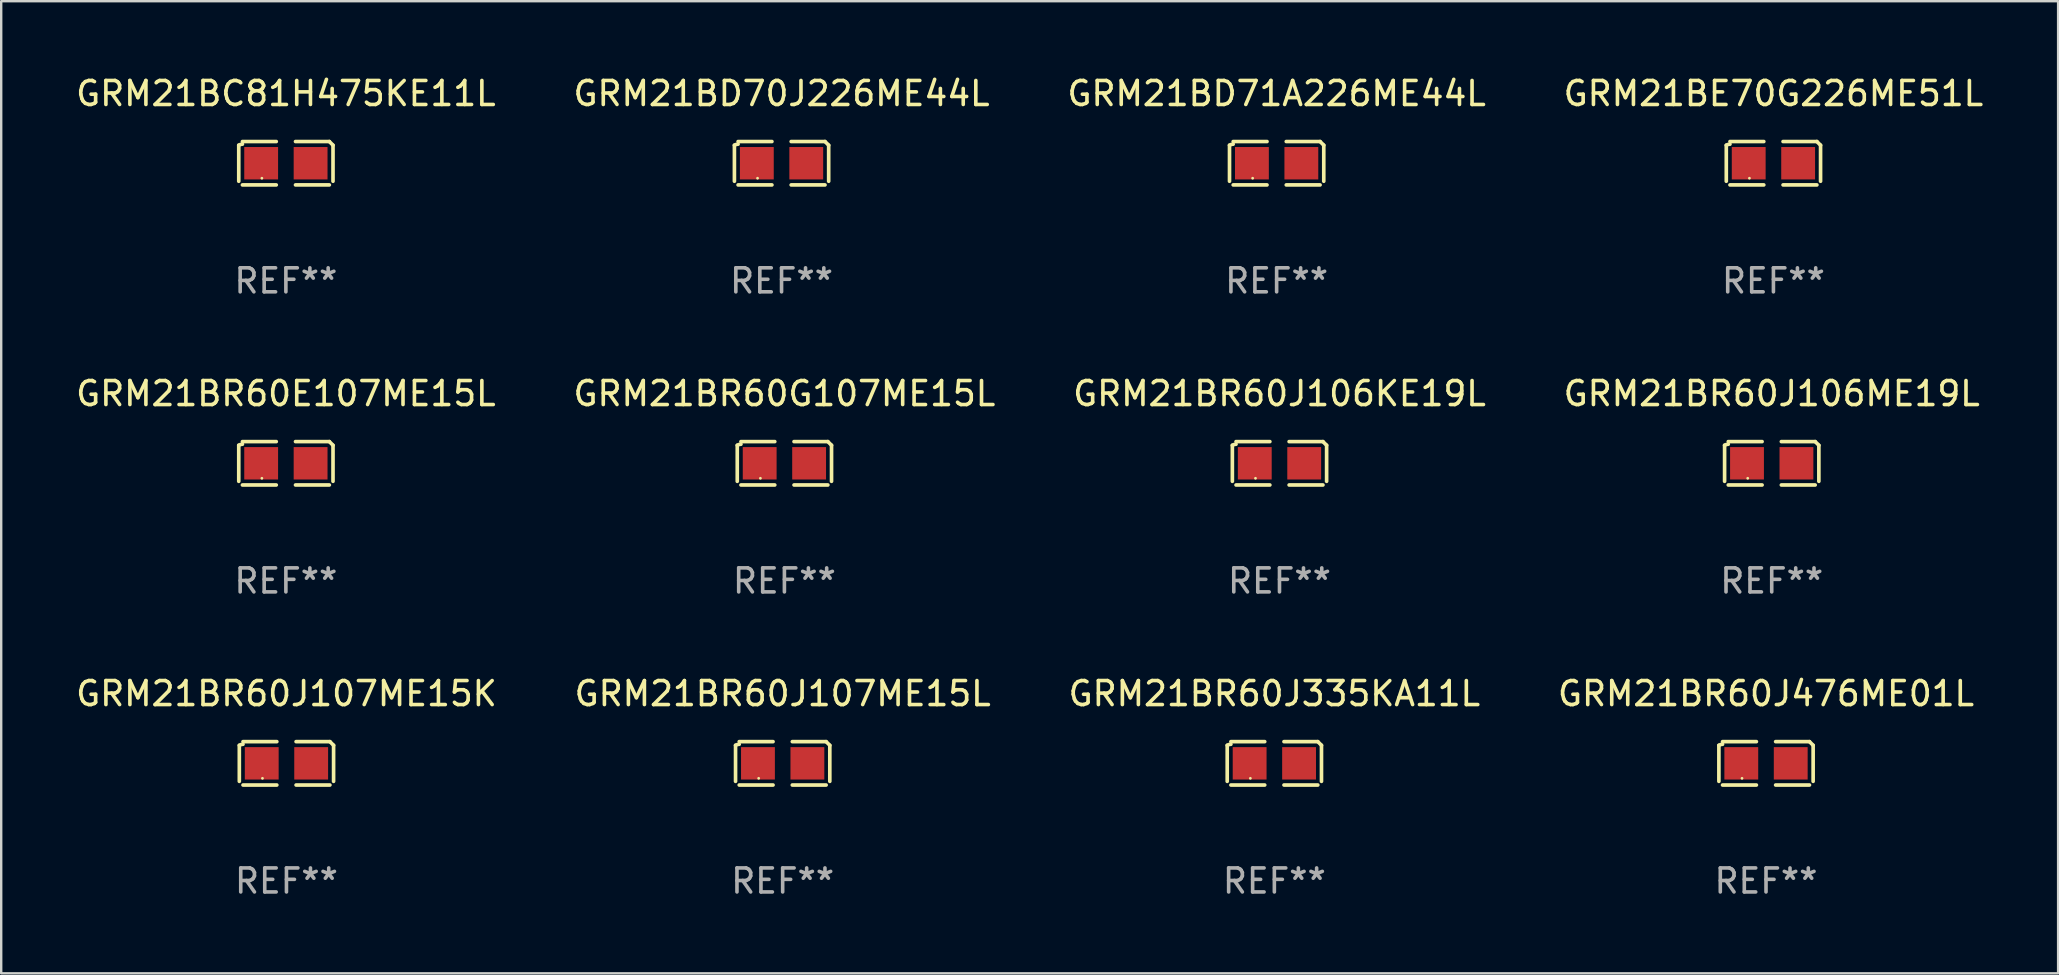
<source format=kicad_pcb>
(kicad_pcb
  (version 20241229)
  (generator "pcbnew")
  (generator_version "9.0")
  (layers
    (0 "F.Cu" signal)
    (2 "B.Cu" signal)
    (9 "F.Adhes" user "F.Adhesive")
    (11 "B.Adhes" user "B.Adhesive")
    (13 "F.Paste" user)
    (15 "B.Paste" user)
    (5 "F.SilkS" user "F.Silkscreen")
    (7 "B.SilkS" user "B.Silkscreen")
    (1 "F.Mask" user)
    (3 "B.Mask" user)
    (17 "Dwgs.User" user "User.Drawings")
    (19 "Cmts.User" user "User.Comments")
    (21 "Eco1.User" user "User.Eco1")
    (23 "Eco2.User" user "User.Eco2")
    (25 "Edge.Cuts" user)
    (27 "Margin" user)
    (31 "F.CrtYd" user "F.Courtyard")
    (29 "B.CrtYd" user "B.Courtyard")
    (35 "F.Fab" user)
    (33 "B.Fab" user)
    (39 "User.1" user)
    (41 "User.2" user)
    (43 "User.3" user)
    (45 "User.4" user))
  (footprint "GRM21BD71A226ME44L"
    (layer "F.Cu")
    (at 50.149 3.752)
    (property "Reference" "GRM21BD71A226ME44L" (at 0 -2.904 0) (layer "F.SilkS") (effects (font (size 1 1) (thickness 0.15))))
    (attr through_hole)
    (fp_line (start -1.964 0.751) (end -1.964 -0.751) (stroke (width 0.152) (type solid)) (layer "F.SilkS"))
    (fp_line (start -1.811 -0.904) (end -0.401 -0.904) (stroke (width 0.152) (type solid)) (layer "F.SilkS"))
    (fp_line (start -0.401 0.904) (end -1.811 0.904) (stroke (width 0.152) (type solid)) (layer "F.SilkS"))
    (fp_line (start 0.401 0.904) (end 1.811 0.904) (stroke (width 0.152) (type solid)) (layer "F.SilkS"))
    (fp_line (start 1.811 -0.904) (end 0.401 -0.904) (stroke (width 0.152) (type solid)) (layer "F.SilkS"))
    (fp_line (start 1.964 0.751) (end 1.964 -0.751) (stroke (width 0.152) (type solid)) (layer "F.SilkS"))
    (fp_arc (start -1.963602 -0.751207) (mid -1.890354 -0.783131) (end -1.811201 -0.794044) (stroke (width 0.1524) (type solid)) (layer "F.SilkS"))
    (fp_arc (start 1.811202 -0.903607) (mid 1.887413 -0.827418) (end 1.963602 -0.751207) (stroke (width 0.1524) (type solid)) (layer "F.SilkS"))
    (fp_circle (center -1 0.625) (end -0.97 0.625) (stroke (width 0.06) (type solid)) (fill no) (layer "F.SilkS"))
    (fp_text user "REF**" (at 0 4.904 0) (layer "F.Fab") (effects (font (size 1 1) (thickness 0.15))))
    (pad "1" smd rect (at -1.03 0) (size 1.41 1.35) (layers "F.Cu" "F.Mask" "F.Paste"))
    (pad "2" smd rect (at 1.03 0) (size 1.41 1.35) (layers "F.Cu" "F.Mask" "F.Paste")))
  (footprint "GRM21BR60J335KA11L"
    (layer "F.Cu")
    (at 50.054 28.759)
    (property "Reference" "GRM21BR60J335KA11L" (at 0 -2.904 0) (layer "F.SilkS") (effects (font (size 1 1) (thickness 0.15))))
    (attr through_hole)
    (fp_line (start -1.964 0.751) (end -1.964 -0.751) (stroke (width 0.152) (type solid)) (layer "F.SilkS"))
    (fp_line (start -1.811 -0.904) (end -0.401 -0.904) (stroke (width 0.152) (type solid)) (layer "F.SilkS"))
    (fp_line (start -0.401 0.904) (end -1.811 0.904) (stroke (width 0.152) (type solid)) (layer "F.SilkS"))
    (fp_line (start 0.401 0.904) (end 1.811 0.904) (stroke (width 0.152) (type solid)) (layer "F.SilkS"))
    (fp_line (start 1.811 -0.904) (end 0.401 -0.904) (stroke (width 0.152) (type solid)) (layer "F.SilkS"))
    (fp_line (start 1.964 0.751) (end 1.964 -0.751) (stroke (width 0.152) (type solid)) (layer "F.SilkS"))
    (fp_arc (start -1.963602 -0.751207) (mid -1.890354 -0.783131) (end -1.811201 -0.794044) (stroke (width 0.1524) (type solid)) (layer "F.SilkS"))
    (fp_arc (start 1.811202 -0.903607) (mid 1.887413 -0.827418) (end 1.963602 -0.751207) (stroke (width 0.1524) (type solid)) (layer "F.SilkS"))
    (fp_circle (center -1 0.625) (end -0.97 0.625) (stroke (width 0.06) (type solid)) (fill no) (layer "F.SilkS"))
    (fp_text user "REF**" (at 0 4.904 0) (layer "F.Fab") (effects (font (size 1 1) (thickness 0.15))))
    (pad "1" smd rect (at -1.03 0) (size 1.41 1.35) (layers "F.Cu" "F.Mask" "F.Paste"))
    (pad "2" smd rect (at 1.03 0) (size 1.41 1.35) (layers "F.Cu" "F.Mask" "F.Paste")))
  (footprint "GRM21BR60E107ME15L"
    (layer "F.Cu")
    (at 8.863 16.256)
    (property "Reference" "GRM21BR60E107ME15L" (at 0 -2.904 0) (layer "F.SilkS") (effects (font (size 1 1) (thickness 0.15))))
    (attr through_hole)
    (fp_line (start -1.964 0.751) (end -1.964 -0.751) (stroke (width 0.152) (type solid)) (layer "F.SilkS"))
    (fp_line (start -1.811 -0.904) (end -0.401 -0.904) (stroke (width 0.152) (type solid)) (layer "F.SilkS"))
    (fp_line (start -0.401 0.904) (end -1.811 0.904) (stroke (width 0.152) (type solid)) (layer "F.SilkS"))
    (fp_line (start 0.401 0.904) (end 1.811 0.904) (stroke (width 0.152) (type solid)) (layer "F.SilkS"))
    (fp_line (start 1.811 -0.904) (end 0.401 -0.904) (stroke (width 0.152) (type solid)) (layer "F.SilkS"))
    (fp_line (start 1.964 0.751) (end 1.964 -0.751) (stroke (width 0.152) (type solid)) (layer "F.SilkS"))
    (fp_arc (start -1.963602 -0.751207) (mid -1.890354 -0.783131) (end -1.811201 -0.794044) (stroke (width 0.1524) (type solid)) (layer "F.SilkS"))
    (fp_arc (start 1.811202 -0.903607) (mid 1.887413 -0.827418) (end 1.963602 -0.751207) (stroke (width 0.1524) (type solid)) (layer "F.SilkS"))
    (fp_circle (center -1 0.625) (end -0.97 0.625) (stroke (width 0.06) (type solid)) (fill no) (layer "F.SilkS"))
    (fp_text user "REF**" (at 0 4.904 0) (layer "F.Fab") (effects (font (size 1 1) (thickness 0.15))))
    (pad "1" smd rect (at -1.03 0) (size 1.41 1.35) (layers "F.Cu" "F.Mask" "F.Paste"))
    (pad "2" smd rect (at 1.03 0) (size 1.41 1.35) (layers "F.Cu" "F.Mask" "F.Paste")))
  (footprint "GRM21BR60J106KE19L"
    (layer "F.Cu")
    (at 50.268 16.256)
    (property "Reference" "GRM21BR60J106KE19L" (at 0 -2.904 0) (layer "F.SilkS") (effects (font (size 1 1) (thickness 0.15))))
    (attr through_hole)
    (fp_line (start -1.964 0.751) (end -1.964 -0.751) (stroke (width 0.152) (type solid)) (layer "F.SilkS"))
    (fp_line (start -1.811 -0.904) (end -0.401 -0.904) (stroke (width 0.152) (type solid)) (layer "F.SilkS"))
    (fp_line (start -0.401 0.904) (end -1.811 0.904) (stroke (width 0.152) (type solid)) (layer "F.SilkS"))
    (fp_line (start 0.401 0.904) (end 1.811 0.904) (stroke (width 0.152) (type solid)) (layer "F.SilkS"))
    (fp_line (start 1.811 -0.904) (end 0.401 -0.904) (stroke (width 0.152) (type solid)) (layer "F.SilkS"))
    (fp_line (start 1.964 0.751) (end 1.964 -0.751) (stroke (width 0.152) (type solid)) (layer "F.SilkS"))
    (fp_arc (start -1.963602 -0.751207) (mid -1.890354 -0.783131) (end -1.811201 -0.794044) (stroke (width 0.1524) (type solid)) (layer "F.SilkS"))
    (fp_arc (start 1.811202 -0.903607) (mid 1.887413 -0.827418) (end 1.963602 -0.751207) (stroke (width 0.1524) (type solid)) (layer "F.SilkS"))
    (fp_circle (center -1 0.625) (end -0.97 0.625) (stroke (width 0.06) (type solid)) (fill no) (layer "F.SilkS"))
    (fp_text user "REF**" (at 0 4.904 0) (layer "F.Fab") (effects (font (size 1 1) (thickness 0.15))))
    (pad "1" smd rect (at -1.03 0) (size 1.41 1.35) (layers "F.Cu" "F.Mask" "F.Paste"))
    (pad "2" smd rect (at 1.03 0) (size 1.41 1.35) (layers "F.Cu" "F.Mask" "F.Paste")))
  (footprint "GRM21BR60G107ME15L"
    (layer "F.Cu")
    (at 29.637 16.256)
    (property "Reference" "GRM21BR60G107ME15L" (at 0 -2.904 0) (layer "F.SilkS") (effects (font (size 1 1) (thickness 0.15))))
    (attr through_hole)
    (fp_line (start -1.964 0.751) (end -1.964 -0.751) (stroke (width 0.152) (type solid)) (layer "F.SilkS"))
    (fp_line (start -1.811 -0.904) (end -0.401 -0.904) (stroke (width 0.152) (type solid)) (layer "F.SilkS"))
    (fp_line (start -0.401 0.904) (end -1.811 0.904) (stroke (width 0.152) (type solid)) (layer "F.SilkS"))
    (fp_line (start 0.401 0.904) (end 1.811 0.904) (stroke (width 0.152) (type solid)) (layer "F.SilkS"))
    (fp_line (start 1.811 -0.904) (end 0.401 -0.904) (stroke (width 0.152) (type solid)) (layer "F.SilkS"))
    (fp_line (start 1.964 0.751) (end 1.964 -0.751) (stroke (width 0.152) (type solid)) (layer "F.SilkS"))
    (fp_arc (start -1.963602 -0.751207) (mid -1.890354 -0.783131) (end -1.811201 -0.794044) (stroke (width 0.1524) (type solid)) (layer "F.SilkS"))
    (fp_arc (start 1.811202 -0.903607) (mid 1.887413 -0.827418) (end 1.963602 -0.751207) (stroke (width 0.1524) (type solid)) (layer "F.SilkS"))
    (fp_circle (center -1 0.625) (end -0.97 0.625) (stroke (width 0.06) (type solid)) (fill no) (layer "F.SilkS"))
    (fp_text user "REF**" (at 0 4.904 0) (layer "F.Fab") (effects (font (size 1 1) (thickness 0.15))))
    (pad "1" smd rect (at -1.03 0) (size 1.41 1.35) (layers "F.Cu" "F.Mask" "F.Paste"))
    (pad "2" smd rect (at 1.03 0) (size 1.41 1.35) (layers "F.Cu" "F.Mask" "F.Paste")))
  (footprint "GRM21BR60J107ME15L"
    (layer "F.Cu")
    (at 29.565 28.759)
    (property "Reference" "GRM21BR60J107ME15L" (at 0 -2.904 0) (layer "F.SilkS") (effects (font (size 1 1) (thickness 0.15))))
    (attr through_hole)
    (fp_line (start -1.964 0.751) (end -1.964 -0.751) (stroke (width 0.152) (type solid)) (layer "F.SilkS"))
    (fp_line (start -1.811 -0.904) (end -0.401 -0.904) (stroke (width 0.152) (type solid)) (layer "F.SilkS"))
    (fp_line (start -0.401 0.904) (end -1.811 0.904) (stroke (width 0.152) (type solid)) (layer "F.SilkS"))
    (fp_line (start 0.401 0.904) (end 1.811 0.904) (stroke (width 0.152) (type solid)) (layer "F.SilkS"))
    (fp_line (start 1.811 -0.904) (end 0.401 -0.904) (stroke (width 0.152) (type solid)) (layer "F.SilkS"))
    (fp_line (start 1.964 0.751) (end 1.964 -0.751) (stroke (width 0.152) (type solid)) (layer "F.SilkS"))
    (fp_arc (start -1.963602 -0.751207) (mid -1.890354 -0.783131) (end -1.811201 -0.794044) (stroke (width 0.1524) (type solid)) (layer "F.SilkS"))
    (fp_arc (start 1.811202 -0.903607) (mid 1.887413 -0.827418) (end 1.963602 -0.751207) (stroke (width 0.1524) (type solid)) (layer "F.SilkS"))
    (fp_circle (center -1 0.625) (end -0.97 0.625) (stroke (width 0.06) (type solid)) (fill no) (layer "F.SilkS"))
    (fp_text user "REF**" (at 0 4.904 0) (layer "F.Fab") (effects (font (size 1 1) (thickness 0.15))))
    (pad "1" smd rect (at -1.03 0) (size 1.41 1.35) (layers "F.Cu" "F.Mask" "F.Paste"))
    (pad "2" smd rect (at 1.03 0) (size 1.41 1.35) (layers "F.Cu" "F.Mask" "F.Paste")))
  (footprint "GRM21BC81H475KE11L"
    (layer "F.Cu")
    (at 8.863 3.752)
    (property "Reference" "GRM21BC81H475KE11L" (at 0 -2.904 0) (layer "F.SilkS") (effects (font (size 1 1) (thickness 0.15))))
    (attr through_hole)
    (fp_line (start -1.964 0.751) (end -1.964 -0.751) (stroke (width 0.152) (type solid)) (layer "F.SilkS"))
    (fp_line (start -1.811 -0.904) (end -0.401 -0.904) (stroke (width 0.152) (type solid)) (layer "F.SilkS"))
    (fp_line (start -0.401 0.904) (end -1.811 0.904) (stroke (width 0.152) (type solid)) (layer "F.SilkS"))
    (fp_line (start 0.401 0.904) (end 1.811 0.904) (stroke (width 0.152) (type solid)) (layer "F.SilkS"))
    (fp_line (start 1.811 -0.904) (end 0.401 -0.904) (stroke (width 0.152) (type solid)) (layer "F.SilkS"))
    (fp_line (start 1.964 0.751) (end 1.964 -0.751) (stroke (width 0.152) (type solid)) (layer "F.SilkS"))
    (fp_arc (start -1.963602 -0.751207) (mid -1.890354 -0.783131) (end -1.811201 -0.794044) (stroke (width 0.1524) (type solid)) (layer "F.SilkS"))
    (fp_arc (start 1.811202 -0.903607) (mid 1.887413 -0.827418) (end 1.963602 -0.751207) (stroke (width 0.1524) (type solid)) (layer "F.SilkS"))
    (fp_circle (center -1 0.625) (end -0.97 0.625) (stroke (width 0.06) (type solid)) (fill no) (layer "F.SilkS"))
    (fp_text user "REF**" (at 0 4.904 0) (layer "F.Fab") (effects (font (size 1 1) (thickness 0.15))))
    (pad "1" smd rect (at -1.03 0) (size 1.41 1.35) (layers "F.Cu" "F.Mask" "F.Paste"))
    (pad "2" smd rect (at 1.03 0) (size 1.41 1.35) (layers "F.Cu" "F.Mask" "F.Paste")))
  (footprint "GRM21BD70J226ME44L"
    (layer "F.Cu")
    (at 29.518 3.752)
    (property "Reference" "GRM21BD70J226ME44L" (at 0 -2.904 0) (layer "F.SilkS") (effects (font (size 1 1) (thickness 0.15))))
    (attr through_hole)
    (fp_line (start -1.964 0.751) (end -1.964 -0.751) (stroke (width 0.152) (type solid)) (layer "F.SilkS"))
    (fp_line (start -1.811 -0.904) (end -0.401 -0.904) (stroke (width 0.152) (type solid)) (layer "F.SilkS"))
    (fp_line (start -0.401 0.904) (end -1.811 0.904) (stroke (width 0.152) (type solid)) (layer "F.SilkS"))
    (fp_line (start 0.401 0.904) (end 1.811 0.904) (stroke (width 0.152) (type solid)) (layer "F.SilkS"))
    (fp_line (start 1.811 -0.904) (end 0.401 -0.904) (stroke (width 0.152) (type solid)) (layer "F.SilkS"))
    (fp_line (start 1.964 0.751) (end 1.964 -0.751) (stroke (width 0.152) (type solid)) (layer "F.SilkS"))
    (fp_arc (start -1.963602 -0.751207) (mid -1.890354 -0.783131) (end -1.811201 -0.794044) (stroke (width 0.1524) (type solid)) (layer "F.SilkS"))
    (fp_arc (start 1.811202 -0.903607) (mid 1.887413 -0.827418) (end 1.963602 -0.751207) (stroke (width 0.1524) (type solid)) (layer "F.SilkS"))
    (fp_circle (center -1 0.625) (end -0.97 0.625) (stroke (width 0.06) (type solid)) (fill no) (layer "F.SilkS"))
    (fp_text user "REF**" (at 0 4.904 0) (layer "F.Fab") (effects (font (size 1 1) (thickness 0.15))))
    (pad "1" smd rect (at -1.03 0) (size 1.41 1.35) (layers "F.Cu" "F.Mask" "F.Paste"))
    (pad "2" smd rect (at 1.03 0) (size 1.41 1.35) (layers "F.Cu" "F.Mask" "F.Paste")))
  (footprint "GRM21BE70G226ME51L"
    (layer "F.Cu")
    (at 70.851 3.752)
    (property "Reference" "GRM21BE70G226ME51L" (at 0 -2.904 0) (layer "F.SilkS") (effects (font (size 1 1) (thickness 0.15))))
    (attr through_hole)
    (fp_line (start -1.964 0.751) (end -1.964 -0.751) (stroke (width 0.152) (type solid)) (layer "F.SilkS"))
    (fp_line (start -1.811 -0.904) (end -0.401 -0.904) (stroke (width 0.152) (type solid)) (layer "F.SilkS"))
    (fp_line (start -0.401 0.904) (end -1.811 0.904) (stroke (width 0.152) (type solid)) (layer "F.SilkS"))
    (fp_line (start 0.401 0.904) (end 1.811 0.904) (stroke (width 0.152) (type solid)) (layer "F.SilkS"))
    (fp_line (start 1.811 -0.904) (end 0.401 -0.904) (stroke (width 0.152) (type solid)) (layer "F.SilkS"))
    (fp_line (start 1.964 0.751) (end 1.964 -0.751) (stroke (width 0.152) (type solid)) (layer "F.SilkS"))
    (fp_arc (start -1.963602 -0.751207) (mid -1.890354 -0.783131) (end -1.811201 -0.794044) (stroke (width 0.1524) (type solid)) (layer "F.SilkS"))
    (fp_arc (start 1.811202 -0.903607) (mid 1.887413 -0.827418) (end 1.963602 -0.751207) (stroke (width 0.1524) (type solid)) (layer "F.SilkS"))
    (fp_circle (center -1 0.625) (end -0.97 0.625) (stroke (width 0.06) (type solid)) (fill no) (layer "F.SilkS"))
    (fp_text user "REF**" (at 0 4.904 0) (layer "F.Fab") (effects (font (size 1 1) (thickness 0.15))))
    (pad "1" smd rect (at -1.03 0) (size 1.41 1.35) (layers "F.Cu" "F.Mask" "F.Paste"))
    (pad "2" smd rect (at 1.03 0) (size 1.41 1.35) (layers "F.Cu" "F.Mask" "F.Paste")))
  (footprint "GRM21BR60J106ME19L"
    (layer "F.Cu")
    (at 70.78 16.256)
    (property "Reference" "GRM21BR60J106ME19L" (at 0 -2.904 0) (layer "F.SilkS") (effects (font (size 1 1) (thickness 0.15))))
    (attr through_hole)
    (fp_line (start -1.964 0.751) (end -1.964 -0.751) (stroke (width 0.152) (type solid)) (layer "F.SilkS"))
    (fp_line (start -1.811 -0.904) (end -0.401 -0.904) (stroke (width 0.152) (type solid)) (layer "F.SilkS"))
    (fp_line (start -0.401 0.904) (end -1.811 0.904) (stroke (width 0.152) (type solid)) (layer "F.SilkS"))
    (fp_line (start 0.401 0.904) (end 1.811 0.904) (stroke (width 0.152) (type solid)) (layer "F.SilkS"))
    (fp_line (start 1.811 -0.904) (end 0.401 -0.904) (stroke (width 0.152) (type solid)) (layer "F.SilkS"))
    (fp_line (start 1.964 0.751) (end 1.964 -0.751) (stroke (width 0.152) (type solid)) (layer "F.SilkS"))
    (fp_arc (start -1.963602 -0.751207) (mid -1.890354 -0.783131) (end -1.811201 -0.794044) (stroke (width 0.1524) (type solid)) (layer "F.SilkS"))
    (fp_arc (start 1.811202 -0.903607) (mid 1.887413 -0.827418) (end 1.963602 -0.751207) (stroke (width 0.1524) (type solid)) (layer "F.SilkS"))
    (fp_circle (center -1 0.625) (end -0.97 0.625) (stroke (width 0.06) (type solid)) (fill no) (layer "F.SilkS"))
    (fp_text user "REF**" (at 0 4.904 0) (layer "F.Fab") (effects (font (size 1 1) (thickness 0.15))))
    (pad "1" smd rect (at -1.03 0) (size 1.41 1.35) (layers "F.Cu" "F.Mask" "F.Paste"))
    (pad "2" smd rect (at 1.03 0) (size 1.41 1.35) (layers "F.Cu" "F.Mask" "F.Paste")))
  (footprint "GRM21BR60J107ME15K"
    (layer "F.Cu")
    (at 8.887 28.759)
    (property "Reference" "GRM21BR60J107ME15K" (at 0 -2.904 0) (layer "F.SilkS") (effects (font (size 1 1) (thickness 0.15))))
    (attr through_hole)
    (fp_line (start -1.964 0.751) (end -1.964 -0.751) (stroke (width 0.152) (type solid)) (layer "F.SilkS"))
    (fp_line (start -1.811 -0.904) (end -0.401 -0.904) (stroke (width 0.152) (type solid)) (layer "F.SilkS"))
    (fp_line (start -0.401 0.904) (end -1.811 0.904) (stroke (width 0.152) (type solid)) (layer "F.SilkS"))
    (fp_line (start 0.401 0.904) (end 1.811 0.904) (stroke (width 0.152) (type solid)) (layer "F.SilkS"))
    (fp_line (start 1.811 -0.904) (end 0.401 -0.904) (stroke (width 0.152) (type solid)) (layer "F.SilkS"))
    (fp_line (start 1.964 0.751) (end 1.964 -0.751) (stroke (width 0.152) (type solid)) (layer "F.SilkS"))
    (fp_arc (start -1.963602 -0.751207) (mid -1.890354 -0.783131) (end -1.811201 -0.794044) (stroke (width 0.1524) (type solid)) (layer "F.SilkS"))
    (fp_arc (start 1.811202 -0.903607) (mid 1.887413 -0.827418) (end 1.963602 -0.751207) (stroke (width 0.1524) (type solid)) (layer "F.SilkS"))
    (fp_circle (center -1 0.625) (end -0.97 0.625) (stroke (width 0.06) (type solid)) (fill no) (layer "F.SilkS"))
    (fp_text user "REF**" (at 0 4.904 0) (layer "F.Fab") (effects (font (size 1 1) (thickness 0.15))))
    (pad "1" smd rect (at -1.03 0) (size 1.41 1.35) (layers "F.Cu" "F.Mask" "F.Paste"))
    (pad "2" smd rect (at 1.03 0) (size 1.41 1.35) (layers "F.Cu" "F.Mask" "F.Paste")))
  (footprint "GRM21BR60J476ME01L"
    (layer "F.Cu")
    (at 70.542 28.759)
    (property "Reference" "GRM21BR60J476ME01L" (at 0 -2.904 0) (layer "F.SilkS") (effects (font (size 1 1) (thickness 0.15))))
    (attr through_hole)
    (fp_line (start -1.964 0.751) (end -1.964 -0.751) (stroke (width 0.152) (type solid)) (layer "F.SilkS"))
    (fp_line (start -1.811 -0.904) (end -0.401 -0.904) (stroke (width 0.152) (type solid)) (layer "F.SilkS"))
    (fp_line (start -0.401 0.904) (end -1.811 0.904) (stroke (width 0.152) (type solid)) (layer "F.SilkS"))
    (fp_line (start 0.401 0.904) (end 1.811 0.904) (stroke (width 0.152) (type solid)) (layer "F.SilkS"))
    (fp_line (start 1.811 -0.904) (end 0.401 -0.904) (stroke (width 0.152) (type solid)) (layer "F.SilkS"))
    (fp_line (start 1.964 0.751) (end 1.964 -0.751) (stroke (width 0.152) (type solid)) (layer "F.SilkS"))
    (fp_arc (start -1.963602 -0.751207) (mid -1.890354 -0.783131) (end -1.811201 -0.794044) (stroke (width 0.1524) (type solid)) (layer "F.SilkS"))
    (fp_arc (start 1.811202 -0.903607) (mid 1.887413 -0.827418) (end 1.963602 -0.751207) (stroke (width 0.1524) (type solid)) (layer "F.SilkS"))
    (fp_circle (center -1 0.625) (end -0.97 0.625) (stroke (width 0.06) (type solid)) (fill no) (layer "F.SilkS"))
    (fp_text user "REF**" (at 0 4.904 0) (layer "F.Fab") (effects (font (size 1 1) (thickness 0.15))))
    (pad "1" smd rect (at -1.03 0) (size 1.41 1.35) (layers "F.Cu" "F.Mask" "F.Paste"))
    (pad "2" smd rect (at 1.03 0) (size 1.41 1.35) (layers "F.Cu" "F.Mask" "F.Paste")))
  (gr_rect
    (start -3 -3)
    (end 82.714 37.511)
    (stroke (width 0.1) (type default))
    (fill no)
    (layer "Edge.Cuts")))
</source>
